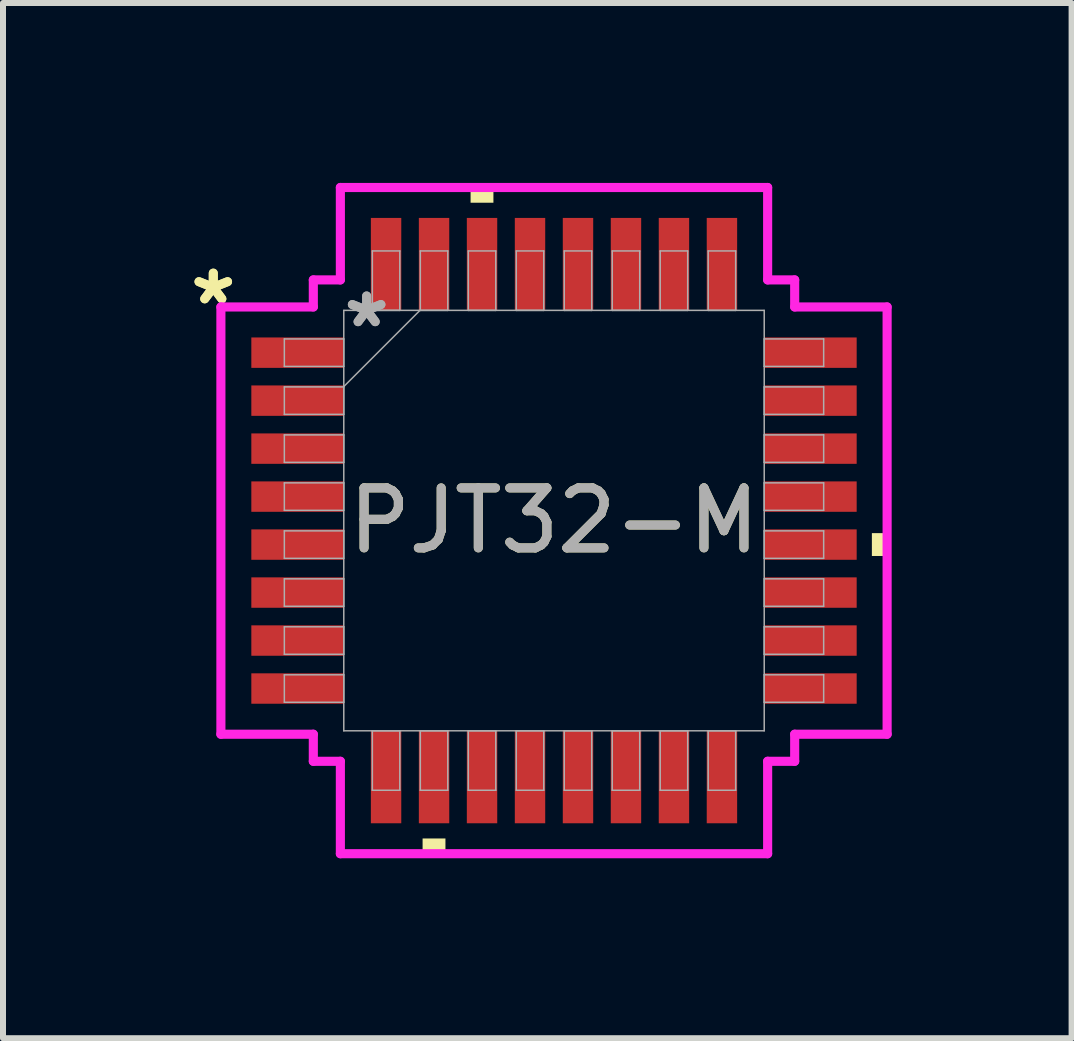
<source format=kicad_pcb>
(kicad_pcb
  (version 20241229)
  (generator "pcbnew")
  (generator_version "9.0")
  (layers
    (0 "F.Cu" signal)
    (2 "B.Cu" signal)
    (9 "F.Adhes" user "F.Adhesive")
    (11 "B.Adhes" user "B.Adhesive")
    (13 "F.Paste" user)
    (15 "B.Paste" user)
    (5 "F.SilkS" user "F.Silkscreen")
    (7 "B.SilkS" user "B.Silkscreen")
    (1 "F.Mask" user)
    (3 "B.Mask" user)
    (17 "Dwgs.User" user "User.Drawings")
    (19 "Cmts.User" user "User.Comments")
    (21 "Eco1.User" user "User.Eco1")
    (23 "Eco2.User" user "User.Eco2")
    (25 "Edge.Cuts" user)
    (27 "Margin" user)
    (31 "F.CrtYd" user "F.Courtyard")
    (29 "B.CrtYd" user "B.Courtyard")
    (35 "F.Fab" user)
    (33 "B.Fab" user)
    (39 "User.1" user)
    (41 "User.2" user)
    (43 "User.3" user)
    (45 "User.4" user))
  (footprint "PJT32-M"
    (layer "F.Cu")
    (at 6.187 5.63)
    (property "Reference" "PJT32-M" (at 0 0 0) (unlocked yes) (layer "F.SilkS") (effects (font (size 1 1) (thickness 0.15))))
    (attr smd)
    (fp_poly (pts (xy -2.191 5.3) (xy -2.191 5.554) (xy -1.81 5.554) (xy -1.81 5.3)) (stroke (width 0) (type solid)) (fill yes) (layer "F.SilkS"))
    (fp_poly (pts (xy -1.391 -5.3) (xy -1.391 -5.554) (xy -1.01 -5.554) (xy -1.01 -5.3)) (stroke (width 0) (type solid)) (fill yes) (layer "F.SilkS"))
    (fp_poly (pts (xy 5.554 0.209) (xy 5.554 0.59) (xy 5.3 0.59) (xy 5.3 0.209)) (stroke (width 0) (type solid)) (fill yes) (layer "F.SilkS"))
    (fp_line (start -5.554 -3.562) (end -4.013 -3.562) (stroke (width 0.152) (type solid)) (layer "F.CrtYd"))
    (fp_line (start -5.554 3.562) (end -5.554 -3.562) (stroke (width 0.152) (type solid)) (layer "F.CrtYd"))
    (fp_line (start -4.013 -4.013) (end -3.562 -4.013) (stroke (width 0.152) (type solid)) (layer "F.CrtYd"))
    (fp_line (start -4.013 -3.562) (end -4.013 -4.013) (stroke (width 0.152) (type solid)) (layer "F.CrtYd"))
    (fp_line (start -4.013 3.562) (end -5.554 3.562) (stroke (width 0.152) (type solid)) (layer "F.CrtYd"))
    (fp_line (start -4.013 4.013) (end -4.013 3.562) (stroke (width 0.152) (type solid)) (layer "F.CrtYd"))
    (fp_line (start -4.013 4.013) (end -3.562 4.013) (stroke (width 0.152) (type solid)) (layer "F.CrtYd"))
    (fp_line (start -3.562 -5.554) (end 3.562 -5.554) (stroke (width 0.152) (type solid)) (layer "F.CrtYd"))
    (fp_line (start -3.562 -4.013) (end -3.562 -5.554) (stroke (width 0.152) (type solid)) (layer "F.CrtYd"))
    (fp_line (start -3.562 4.013) (end -3.562 5.554) (stroke (width 0.152) (type solid)) (layer "F.CrtYd"))
    (fp_line (start -3.562 5.554) (end 3.562 5.554) (stroke (width 0.152) (type solid)) (layer "F.CrtYd"))
    (fp_line (start 3.562 -5.554) (end 3.562 -4.013) (stroke (width 0.152) (type solid)) (layer "F.CrtYd"))
    (fp_line (start 3.562 -4.013) (end 4.013 -4.013) (stroke (width 0.152) (type solid)) (layer "F.CrtYd"))
    (fp_line (start 3.562 4.013) (end 4.013 4.013) (stroke (width 0.152) (type solid)) (layer "F.CrtYd"))
    (fp_line (start 3.562 5.554) (end 3.562 4.013) (stroke (width 0.152) (type solid)) (layer "F.CrtYd"))
    (fp_line (start 4.013 -3.562) (end 4.013 -4.013) (stroke (width 0.152) (type solid)) (layer "F.CrtYd"))
    (fp_line (start 4.013 3.562) (end 5.554 3.562) (stroke (width 0.152) (type solid)) (layer "F.CrtYd"))
    (fp_line (start 4.013 4.013) (end 4.013 3.562) (stroke (width 0.152) (type solid)) (layer "F.CrtYd"))
    (fp_line (start 5.554 -3.562) (end 4.013 -3.562) (stroke (width 0.152) (type solid)) (layer "F.CrtYd"))
    (fp_line (start 5.554 3.562) (end 5.554 -3.562) (stroke (width 0.152) (type solid)) (layer "F.CrtYd"))
    (fp_line (start -4.496 -3.029) (end -4.496 -2.571) (stroke (width 0.025) (type solid)) (layer "F.Fab"))
    (fp_line (start -4.496 -2.571) (end -3.505 -2.571) (stroke (width 0.025) (type solid)) (layer "F.Fab"))
    (fp_line (start -4.496 -2.229) (end -4.496 -1.771) (stroke (width 0.025) (type solid)) (layer "F.Fab"))
    (fp_line (start -4.496 -1.771) (end -3.505 -1.771) (stroke (width 0.025) (type solid)) (layer "F.Fab"))
    (fp_line (start -4.496 -1.429) (end -4.496 -0.971) (stroke (width 0.025) (type solid)) (layer "F.Fab"))
    (fp_line (start -4.496 -0.971) (end -3.505 -0.971) (stroke (width 0.025) (type solid)) (layer "F.Fab"))
    (fp_line (start -4.496 -0.629) (end -4.496 -0.171) (stroke (width 0.025) (type solid)) (layer "F.Fab"))
    (fp_line (start -4.496 -0.171) (end -3.505 -0.171) (stroke (width 0.025) (type solid)) (layer "F.Fab"))
    (fp_line (start -4.496 0.171) (end -4.496 0.629) (stroke (width 0.025) (type solid)) (layer "F.Fab"))
    (fp_line (start -4.496 0.629) (end -3.505 0.629) (stroke (width 0.025) (type solid)) (layer "F.Fab"))
    (fp_line (start -4.496 0.971) (end -4.496 1.429) (stroke (width 0.025) (type solid)) (layer "F.Fab"))
    (fp_line (start -4.496 1.429) (end -3.505 1.429) (stroke (width 0.025) (type solid)) (layer "F.Fab"))
    (fp_line (start -4.496 1.771) (end -4.496 2.229) (stroke (width 0.025) (type solid)) (layer "F.Fab"))
    (fp_line (start -4.496 2.229) (end -3.505 2.229) (stroke (width 0.025) (type solid)) (layer "F.Fab"))
    (fp_line (start -4.496 2.571) (end -4.496 3.029) (stroke (width 0.025) (type solid)) (layer "F.Fab"))
    (fp_line (start -4.496 3.029) (end -3.505 3.029) (stroke (width 0.025) (type solid)) (layer "F.Fab"))
    (fp_line (start -3.505 -3.505) (end -3.505 3.505) (stroke (width 0.025) (type solid)) (layer "F.Fab"))
    (fp_line (start -3.505 -3.029) (end -4.496 -3.029) (stroke (width 0.025) (type solid)) (layer "F.Fab"))
    (fp_line (start -3.505 -2.571) (end -3.505 -3.029) (stroke (width 0.025) (type solid)) (layer "F.Fab"))
    (fp_line (start -3.505 -2.235) (end -2.235 -3.505) (stroke (width 0.025) (type solid)) (layer "F.Fab"))
    (fp_line (start -3.505 -2.229) (end -4.496 -2.229) (stroke (width 0.025) (type solid)) (layer "F.Fab"))
    (fp_line (start -3.505 -1.771) (end -3.505 -2.229) (stroke (width 0.025) (type solid)) (layer "F.Fab"))
    (fp_line (start -3.505 -1.429) (end -4.496 -1.429) (stroke (width 0.025) (type solid)) (layer "F.Fab"))
    (fp_line (start -3.505 -0.971) (end -3.505 -1.429) (stroke (width 0.025) (type solid)) (layer "F.Fab"))
    (fp_line (start -3.505 -0.629) (end -4.496 -0.629) (stroke (width 0.025) (type solid)) (layer "F.Fab"))
    (fp_line (start -3.505 -0.171) (end -3.505 -0.629) (stroke (width 0.025) (type solid)) (layer "F.Fab"))
    (fp_line (start -3.505 0.171) (end -4.496 0.171) (stroke (width 0.025) (type solid)) (layer "F.Fab"))
    (fp_line (start -3.505 0.629) (end -3.505 0.171) (stroke (width 0.025) (type solid)) (layer "F.Fab"))
    (fp_line (start -3.505 0.971) (end -4.496 0.971) (stroke (width 0.025) (type solid)) (layer "F.Fab"))
    (fp_line (start -3.505 1.429) (end -3.505 0.971) (stroke (width 0.025) (type solid)) (layer "F.Fab"))
    (fp_line (start -3.505 1.771) (end -4.496 1.771) (stroke (width 0.025) (type solid)) (layer "F.Fab"))
    (fp_line (start -3.505 2.229) (end -3.505 1.771) (stroke (width 0.025) (type solid)) (layer "F.Fab"))
    (fp_line (start -3.505 2.571) (end -4.496 2.571) (stroke (width 0.025) (type solid)) (layer "F.Fab"))
    (fp_line (start -3.505 3.029) (end -3.505 2.571) (stroke (width 0.025) (type solid)) (layer "F.Fab"))
    (fp_line (start -3.505 3.505) (end 3.505 3.505) (stroke (width 0.025) (type solid)) (layer "F.Fab"))
    (fp_line (start -3.029 -4.496) (end -3.029 -3.505) (stroke (width 0.025) (type solid)) (layer "F.Fab"))
    (fp_line (start -3.029 -3.505) (end -2.571 -3.505) (stroke (width 0.025) (type solid)) (layer "F.Fab"))
    (fp_line (start -3.029 3.505) (end -3.029 4.496) (stroke (width 0.025) (type solid)) (layer "F.Fab"))
    (fp_line (start -3.029 4.496) (end -2.571 4.496) (stroke (width 0.025) (type solid)) (layer "F.Fab"))
    (fp_line (start -2.571 -4.496) (end -3.029 -4.496) (stroke (width 0.025) (type solid)) (layer "F.Fab"))
    (fp_line (start -2.571 -3.505) (end -2.571 -4.496) (stroke (width 0.025) (type solid)) (layer "F.Fab"))
    (fp_line (start -2.571 3.505) (end -3.029 3.505) (stroke (width 0.025) (type solid)) (layer "F.Fab"))
    (fp_line (start -2.571 4.496) (end -2.571 3.505) (stroke (width 0.025) (type solid)) (layer "F.Fab"))
    (fp_line (start -2.229 -4.496) (end -2.229 -3.505) (stroke (width 0.025) (type solid)) (layer "F.Fab"))
    (fp_line (start -2.229 -3.505) (end -1.771 -3.505) (stroke (width 0.025) (type solid)) (layer "F.Fab"))
    (fp_line (start -2.229 3.505) (end -2.229 4.496) (stroke (width 0.025) (type solid)) (layer "F.Fab"))
    (fp_line (start -2.229 4.496) (end -1.771 4.496) (stroke (width 0.025) (type solid)) (layer "F.Fab"))
    (fp_line (start -1.771 -4.496) (end -2.229 -4.496) (stroke (width 0.025) (type solid)) (layer "F.Fab"))
    (fp_line (start -1.771 -3.505) (end -1.771 -4.496) (stroke (width 0.025) (type solid)) (layer "F.Fab"))
    (fp_line (start -1.771 3.505) (end -2.229 3.505) (stroke (width 0.025) (type solid)) (layer "F.Fab"))
    (fp_line (start -1.771 4.496) (end -1.771 3.505) (stroke (width 0.025) (type solid)) (layer "F.Fab"))
    (fp_line (start -1.429 -4.496) (end -1.429 -3.505) (stroke (width 0.025) (type solid)) (layer "F.Fab"))
    (fp_line (start -1.429 -3.505) (end -0.971 -3.505) (stroke (width 0.025) (type solid)) (layer "F.Fab"))
    (fp_line (start -1.429 3.505) (end -1.429 4.496) (stroke (width 0.025) (type solid)) (layer "F.Fab"))
    (fp_line (start -1.429 4.496) (end -0.971 4.496) (stroke (width 0.025) (type solid)) (layer "F.Fab"))
    (fp_line (start -0.971 -4.496) (end -1.429 -4.496) (stroke (width 0.025) (type solid)) (layer "F.Fab"))
    (fp_line (start -0.971 -3.505) (end -0.971 -4.496) (stroke (width 0.025) (type solid)) (layer "F.Fab"))
    (fp_line (start -0.971 3.505) (end -1.429 3.505) (stroke (width 0.025) (type solid)) (layer "F.Fab"))
    (fp_line (start -0.971 4.496) (end -0.971 3.505) (stroke (width 0.025) (type solid)) (layer "F.Fab"))
    (fp_line (start -0.629 -4.496) (end -0.629 -3.505) (stroke (width 0.025) (type solid)) (layer "F.Fab"))
    (fp_line (start -0.629 -3.505) (end -0.171 -3.505) (stroke (width 0.025) (type solid)) (layer "F.Fab"))
    (fp_line (start -0.629 3.505) (end -0.629 4.496) (stroke (width 0.025) (type solid)) (layer "F.Fab"))
    (fp_line (start -0.629 4.496) (end -0.171 4.496) (stroke (width 0.025) (type solid)) (layer "F.Fab"))
    (fp_line (start -0.171 -4.496) (end -0.629 -4.496) (stroke (width 0.025) (type solid)) (layer "F.Fab"))
    (fp_line (start -0.171 -3.505) (end -0.171 -4.496) (stroke (width 0.025) (type solid)) (layer "F.Fab"))
    (fp_line (start -0.171 3.505) (end -0.629 3.505) (stroke (width 0.025) (type solid)) (layer "F.Fab"))
    (fp_line (start -0.171 4.496) (end -0.171 3.505) (stroke (width 0.025) (type solid)) (layer "F.Fab"))
    (fp_line (start 0.171 -4.496) (end 0.171 -3.505) (stroke (width 0.025) (type solid)) (layer "F.Fab"))
    (fp_line (start 0.171 -3.505) (end 0.629 -3.505) (stroke (width 0.025) (type solid)) (layer "F.Fab"))
    (fp_line (start 0.171 3.505) (end 0.171 4.496) (stroke (width 0.025) (type solid)) (layer "F.Fab"))
    (fp_line (start 0.171 4.496) (end 0.629 4.496) (stroke (width 0.025) (type solid)) (layer "F.Fab"))
    (fp_line (start 0.629 -4.496) (end 0.171 -4.496) (stroke (width 0.025) (type solid)) (layer "F.Fab"))
    (fp_line (start 0.629 -3.505) (end 0.629 -4.496) (stroke (width 0.025) (type solid)) (layer "F.Fab"))
    (fp_line (start 0.629 3.505) (end 0.171 3.505) (stroke (width 0.025) (type solid)) (layer "F.Fab"))
    (fp_line (start 0.629 4.496) (end 0.629 3.505) (stroke (width 0.025) (type solid)) (layer "F.Fab"))
    (fp_line (start 0.971 -4.496) (end 0.971 -3.505) (stroke (width 0.025) (type solid)) (layer "F.Fab"))
    (fp_line (start 0.971 -3.505) (end 1.429 -3.505) (stroke (width 0.025) (type solid)) (layer "F.Fab"))
    (fp_line (start 0.971 3.505) (end 0.971 4.496) (stroke (width 0.025) (type solid)) (layer "F.Fab"))
    (fp_line (start 0.971 4.496) (end 1.429 4.496) (stroke (width 0.025) (type solid)) (layer "F.Fab"))
    (fp_line (start 1.429 -4.496) (end 0.971 -4.496) (stroke (width 0.025) (type solid)) (layer "F.Fab"))
    (fp_line (start 1.429 -3.505) (end 1.429 -4.496) (stroke (width 0.025) (type solid)) (layer "F.Fab"))
    (fp_line (start 1.429 3.505) (end 0.971 3.505) (stroke (width 0.025) (type solid)) (layer "F.Fab"))
    (fp_line (start 1.429 4.496) (end 1.429 3.505) (stroke (width 0.025) (type solid)) (layer "F.Fab"))
    (fp_line (start 1.771 -4.496) (end 1.771 -3.505) (stroke (width 0.025) (type solid)) (layer "F.Fab"))
    (fp_line (start 1.771 -3.505) (end 2.229 -3.505) (stroke (width 0.025) (type solid)) (layer "F.Fab"))
    (fp_line (start 1.771 3.505) (end 1.771 4.496) (stroke (width 0.025) (type solid)) (layer "F.Fab"))
    (fp_line (start 1.771 4.496) (end 2.229 4.496) (stroke (width 0.025) (type solid)) (layer "F.Fab"))
    (fp_line (start 2.229 -4.496) (end 1.771 -4.496) (stroke (width 0.025) (type solid)) (layer "F.Fab"))
    (fp_line (start 2.229 -3.505) (end 2.229 -4.496) (stroke (width 0.025) (type solid)) (layer "F.Fab"))
    (fp_line (start 2.229 3.505) (end 1.771 3.505) (stroke (width 0.025) (type solid)) (layer "F.Fab"))
    (fp_line (start 2.229 4.496) (end 2.229 3.505) (stroke (width 0.025) (type solid)) (layer "F.Fab"))
    (fp_line (start 2.571 -4.496) (end 2.571 -3.505) (stroke (width 0.025) (type solid)) (layer "F.Fab"))
    (fp_line (start 2.571 -3.505) (end 3.029 -3.505) (stroke (width 0.025) (type solid)) (layer "F.Fab"))
    (fp_line (start 2.571 3.505) (end 2.571 4.496) (stroke (width 0.025) (type solid)) (layer "F.Fab"))
    (fp_line (start 2.571 4.496) (end 3.029 4.496) (stroke (width 0.025) (type solid)) (layer "F.Fab"))
    (fp_line (start 3.029 -4.496) (end 2.571 -4.496) (stroke (width 0.025) (type solid)) (layer "F.Fab"))
    (fp_line (start 3.029 -3.505) (end 3.029 -4.496) (stroke (width 0.025) (type solid)) (layer "F.Fab"))
    (fp_line (start 3.029 3.505) (end 2.571 3.505) (stroke (width 0.025) (type solid)) (layer "F.Fab"))
    (fp_line (start 3.029 4.496) (end 3.029 3.505) (stroke (width 0.025) (type solid)) (layer "F.Fab"))
    (fp_line (start 3.505 -3.505) (end -3.505 -3.505) (stroke (width 0.025) (type solid)) (layer "F.Fab"))
    (fp_line (start 3.505 -3.029) (end 3.505 -2.571) (stroke (width 0.025) (type solid)) (layer "F.Fab"))
    (fp_line (start 3.505 -2.571) (end 4.496 -2.571) (stroke (width 0.025) (type solid)) (layer "F.Fab"))
    (fp_line (start 3.505 -2.229) (end 3.505 -1.771) (stroke (width 0.025) (type solid)) (layer "F.Fab"))
    (fp_line (start 3.505 -1.771) (end 4.496 -1.771) (stroke (width 0.025) (type solid)) (layer "F.Fab"))
    (fp_line (start 3.505 -1.429) (end 3.505 -0.971) (stroke (width 0.025) (type solid)) (layer "F.Fab"))
    (fp_line (start 3.505 -0.971) (end 4.496 -0.971) (stroke (width 0.025) (type solid)) (layer "F.Fab"))
    (fp_line (start 3.505 -0.629) (end 3.505 -0.171) (stroke (width 0.025) (type solid)) (layer "F.Fab"))
    (fp_line (start 3.505 -0.171) (end 4.496 -0.171) (stroke (width 0.025) (type solid)) (layer "F.Fab"))
    (fp_line (start 3.505 0.171) (end 3.505 0.629) (stroke (width 0.025) (type solid)) (layer "F.Fab"))
    (fp_line (start 3.505 0.629) (end 4.496 0.629) (stroke (width 0.025) (type solid)) (layer "F.Fab"))
    (fp_line (start 3.505 0.971) (end 3.505 1.429) (stroke (width 0.025) (type solid)) (layer "F.Fab"))
    (fp_line (start 3.505 1.429) (end 4.496 1.429) (stroke (width 0.025) (type solid)) (layer "F.Fab"))
    (fp_line (start 3.505 1.771) (end 3.505 2.229) (stroke (width 0.025) (type solid)) (layer "F.Fab"))
    (fp_line (start 3.505 2.229) (end 4.496 2.229) (stroke (width 0.025) (type solid)) (layer "F.Fab"))
    (fp_line (start 3.505 2.571) (end 3.505 3.029) (stroke (width 0.025) (type solid)) (layer "F.Fab"))
    (fp_line (start 3.505 3.029) (end 4.496 3.029) (stroke (width 0.025) (type solid)) (layer "F.Fab"))
    (fp_line (start 3.505 3.505) (end 3.505 -3.505) (stroke (width 0.025) (type solid)) (layer "F.Fab"))
    (fp_line (start 4.496 -3.029) (end 3.505 -3.029) (stroke (width 0.025) (type solid)) (layer "F.Fab"))
    (fp_line (start 4.496 -2.571) (end 4.496 -3.029) (stroke (width 0.025) (type solid)) (layer "F.Fab"))
    (fp_line (start 4.496 -2.229) (end 3.505 -2.229) (stroke (width 0.025) (type solid)) (layer "F.Fab"))
    (fp_line (start 4.496 -1.771) (end 4.496 -2.229) (stroke (width 0.025) (type solid)) (layer "F.Fab"))
    (fp_line (start 4.496 -1.429) (end 3.505 -1.429) (stroke (width 0.025) (type solid)) (layer "F.Fab"))
    (fp_line (start 4.496 -0.971) (end 4.496 -1.429) (stroke (width 0.025) (type solid)) (layer "F.Fab"))
    (fp_line (start 4.496 -0.629) (end 3.505 -0.629) (stroke (width 0.025) (type solid)) (layer "F.Fab"))
    (fp_line (start 4.496 -0.171) (end 4.496 -0.629) (stroke (width 0.025) (type solid)) (layer "F.Fab"))
    (fp_line (start 4.496 0.171) (end 3.505 0.171) (stroke (width 0.025) (type solid)) (layer "F.Fab"))
    (fp_line (start 4.496 0.629) (end 4.496 0.171) (stroke (width 0.025) (type solid)) (layer "F.Fab"))
    (fp_line (start 4.496 0.971) (end 3.505 0.971) (stroke (width 0.025) (type solid)) (layer "F.Fab"))
    (fp_line (start 4.496 1.429) (end 4.496 0.971) (stroke (width 0.025) (type solid)) (layer "F.Fab"))
    (fp_line (start 4.496 1.771) (end 3.505 1.771) (stroke (width 0.025) (type solid)) (layer "F.Fab"))
    (fp_line (start 4.496 2.229) (end 4.496 1.771) (stroke (width 0.025) (type solid)) (layer "F.Fab"))
    (fp_line (start 4.496 2.571) (end 3.505 2.571) (stroke (width 0.025) (type solid)) (layer "F.Fab"))
    (fp_line (start 4.496 3.029) (end 4.496 2.571) (stroke (width 0.025) (type solid)) (layer "F.Fab"))
    (fp_text user "*" (at -5.681 -3.581 0) (unlocked yes) (layer "F.SilkS") (effects (font (size 1 1) (thickness 0.15))))
    (fp_text user "*" (at -5.681 -3.581 0) (layer "F.SilkS") (effects (font (size 1 1) (thickness 0.15))))
    (fp_text user "*" (at -3.124 -3.2 0) (layer "F.Fab") (effects (font (size 1 1) (thickness 0.15))))
    (fp_text user "${REFERENCE}" (at 0 0 0) (unlocked yes) (layer "F.Fab") (effects (font (size 1 1) (thickness 0.15))))
    (fp_text user "*" (at -3.124 -3.2 0) (unlocked yes) (layer "F.Fab") (effects (font (size 1 1) (thickness 0.15))))
    (pad "1" smd rect (at -4.276 -2.8 90) (size 0.507 1.541) (layers "F.Cu" "F.Mask" "F.Paste"))
    (pad "2" smd rect (at -4.276 -2 90) (size 0.507 1.541) (layers "F.Cu" "F.Mask" "F.Paste"))
    (pad "3" smd rect (at -4.276 -1.2 90) (size 0.507 1.541) (layers "F.Cu" "F.Mask" "F.Paste"))
    (pad "4" smd rect (at -4.276 -0.4 90) (size 0.507 1.541) (layers "F.Cu" "F.Mask" "F.Paste"))
    (pad "5" smd rect (at -4.276 0.4 90) (size 0.507 1.541) (layers "F.Cu" "F.Mask" "F.Paste"))
    (pad "6" smd rect (at -4.276 1.2 90) (size 0.507 1.541) (layers "F.Cu" "F.Mask" "F.Paste"))
    (pad "7" smd rect (at -4.276 2 90) (size 0.507 1.541) (layers "F.Cu" "F.Mask" "F.Paste"))
    (pad "8" smd rect (at -4.276 2.8 90) (size 0.507 1.541) (layers "F.Cu" "F.Mask" "F.Paste"))
    (pad "9" smd rect (at -2.8 4.276) (size 0.507 1.541) (layers "F.Cu" "F.Mask" "F.Paste"))
    (pad "10" smd rect (at -2 4.276) (size 0.507 1.541) (layers "F.Cu" "F.Mask" "F.Paste"))
    (pad "11" smd rect (at -1.2 4.276) (size 0.507 1.541) (layers "F.Cu" "F.Mask" "F.Paste"))
    (pad "12" smd rect (at -0.4 4.276) (size 0.507 1.541) (layers "F.Cu" "F.Mask" "F.Paste"))
    (pad "13" smd rect (at 0.4 4.276) (size 0.507 1.541) (layers "F.Cu" "F.Mask" "F.Paste"))
    (pad "14" smd rect (at 1.2 4.276) (size 0.507 1.541) (layers "F.Cu" "F.Mask" "F.Paste"))
    (pad "15" smd rect (at 2 4.276) (size 0.507 1.541) (layers "F.Cu" "F.Mask" "F.Paste"))
    (pad "16" smd rect (at 2.8 4.276) (size 0.507 1.541) (layers "F.Cu" "F.Mask" "F.Paste"))
    (pad "17" smd rect (at 4.276 2.8 90) (size 0.507 1.541) (layers "F.Cu" "F.Mask" "F.Paste"))
    (pad "18" smd rect (at 4.276 2 90) (size 0.507 1.541) (layers "F.Cu" "F.Mask" "F.Paste"))
    (pad "19" smd rect (at 4.276 1.2 90) (size 0.507 1.541) (layers "F.Cu" "F.Mask" "F.Paste"))
    (pad "20" smd rect (at 4.276 0.4 90) (size 0.507 1.541) (layers "F.Cu" "F.Mask" "F.Paste"))
    (pad "21" smd rect (at 4.276 -0.4 90) (size 0.507 1.541) (layers "F.Cu" "F.Mask" "F.Paste"))
    (pad "22" smd rect (at 4.276 -1.2 90) (size 0.507 1.541) (layers "F.Cu" "F.Mask" "F.Paste"))
    (pad "23" smd rect (at 4.276 -2 90) (size 0.507 1.541) (layers "F.Cu" "F.Mask" "F.Paste"))
    (pad "24" smd rect (at 4.276 -2.8 90) (size 0.507 1.541) (layers "F.Cu" "F.Mask" "F.Paste"))
    (pad "25" smd rect (at 2.8 -4.276) (size 0.507 1.541) (layers "F.Cu" "F.Mask" "F.Paste"))
    (pad "26" smd rect (at 2 -4.276) (size 0.507 1.541) (layers "F.Cu" "F.Mask" "F.Paste"))
    (pad "27" smd rect (at 1.2 -4.276) (size 0.507 1.541) (layers "F.Cu" "F.Mask" "F.Paste"))
    (pad "28" smd rect (at 0.4 -4.276) (size 0.507 1.541) (layers "F.Cu" "F.Mask" "F.Paste"))
    (pad "29" smd rect (at -0.4 -4.276) (size 0.507 1.541) (layers "F.Cu" "F.Mask" "F.Paste"))
    (pad "30" smd rect (at -1.2 -4.276) (size 0.507 1.541) (layers "F.Cu" "F.Mask" "F.Paste"))
    (pad "31" smd rect (at -2 -4.276) (size 0.507 1.541) (layers "F.Cu" "F.Mask" "F.Paste"))
    (pad "32" smd rect (at -2.8 -4.276) (size 0.507 1.541) (layers "F.Cu" "F.Mask" "F.Paste")))
  (gr_rect
    (start -3 -3)
    (end 14.817 14.26)
    (stroke (width 0.1) (type default))
    (fill no)
    (layer "Edge.Cuts")))
</source>
